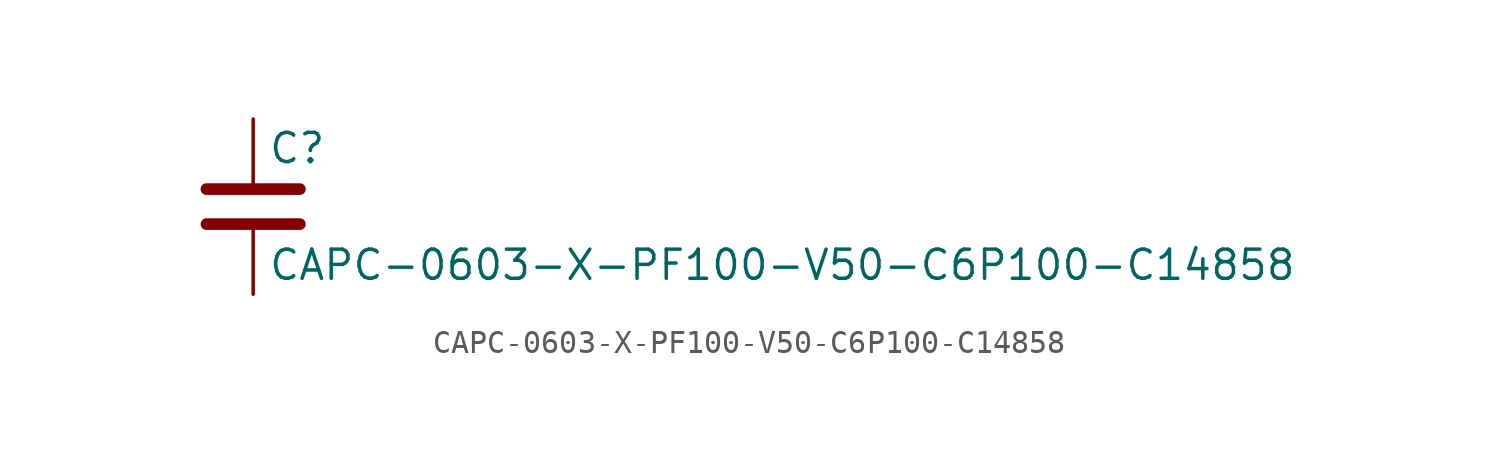
<source format=kicad_sym>
(kicad_symbol_lib
  (version 20211014)
  (generator kicad_symbol_editor)
  (symbol "CAPC-0603-X-PF100-V50-C6P100-C14858"
    (pin_numbers hide)
    (pin_names
      (offset 0.254))
    (property "Reference" "C"
      (at 0.635 2.54 0)
      (effects (font (size 1.27 1.27)) (justify left)))
    (property "Value" "CAPC-0603-X-PF100-V50-C6P100-C14858"
      (at 0.635 -2.54 0)
      (effects (font (size 1.27 1.27)) (justify left)))
    (symbol "CAPC-0603-X-PF100-V50-C6P100-C14858_0_1"
      (polyline (pts (xy -2.032 -0.762) (xy 2.032 -0.762)) (stroke (width 0.508) (type default) (color 0 0 0 0)) (fill (type none)))
      (polyline (pts (xy -2.032 0.762) (xy 2.032 0.762)) (stroke (width 0.508) (type default) (color 0 0 0 0)) (fill (type none))))
    (symbol "CAPC-0603-X-PF100-V50-C6P100-C14858_1_1"
      (pin passive line (at 0 3.81 270) (length 2.794) (name "~" (effects (font (size 1.27 1.27)))) (number "1" (effects (font (size 1.27 1.27)))))
      (pin passive line (at 0 -3.81 90) (length 2.794) (name "~" (effects (font (size 1.27 1.27)))) (number "2" (effects (font (size 1.27 1.27))))))))
</source>
